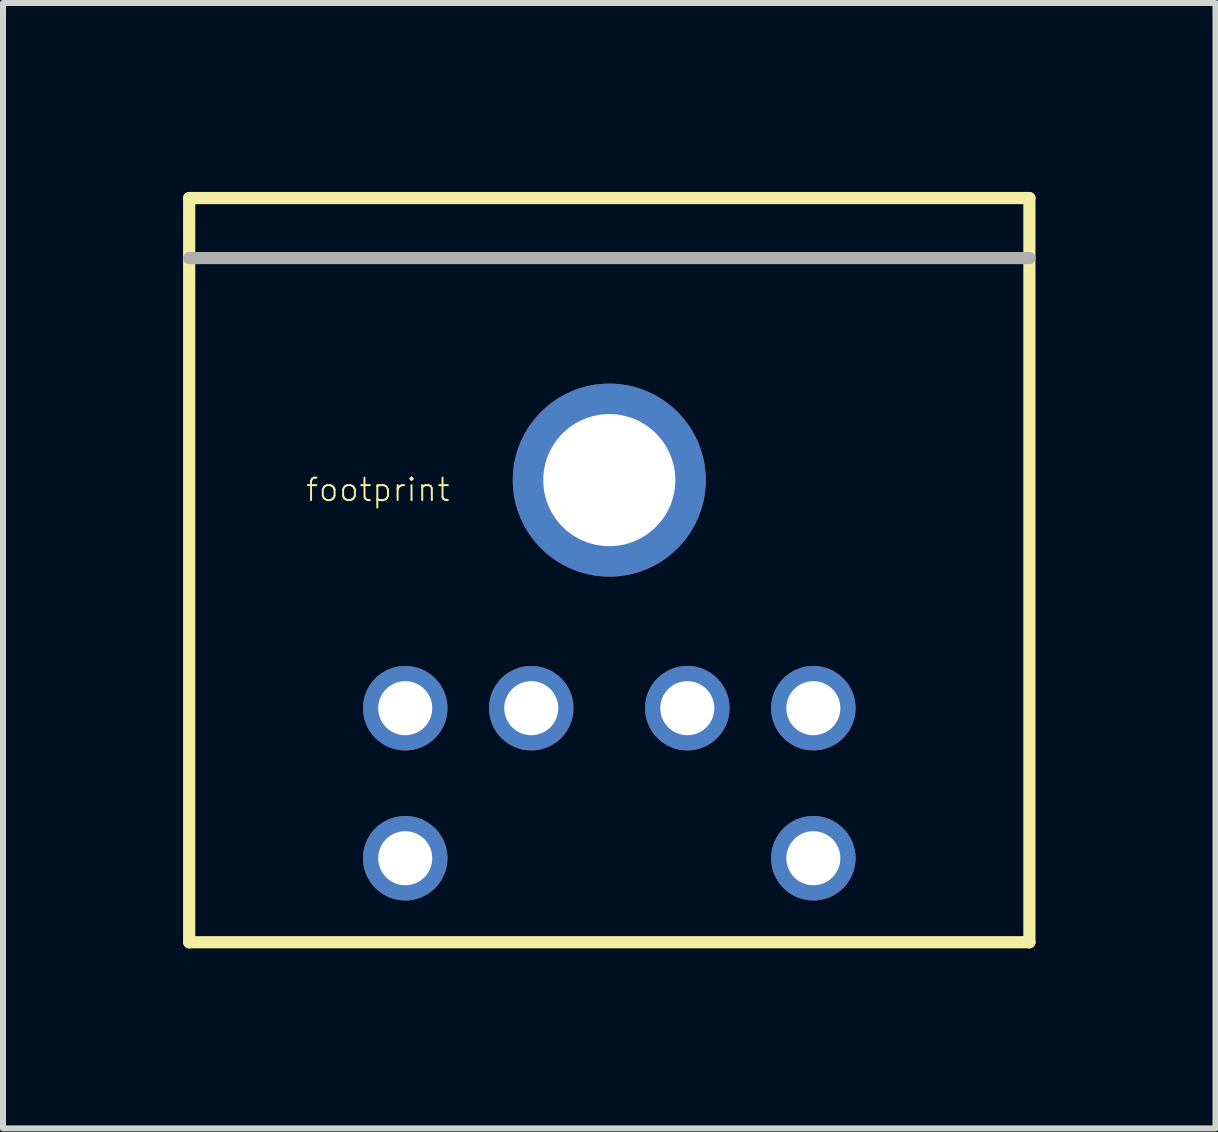
<source format=kicad_pcb>
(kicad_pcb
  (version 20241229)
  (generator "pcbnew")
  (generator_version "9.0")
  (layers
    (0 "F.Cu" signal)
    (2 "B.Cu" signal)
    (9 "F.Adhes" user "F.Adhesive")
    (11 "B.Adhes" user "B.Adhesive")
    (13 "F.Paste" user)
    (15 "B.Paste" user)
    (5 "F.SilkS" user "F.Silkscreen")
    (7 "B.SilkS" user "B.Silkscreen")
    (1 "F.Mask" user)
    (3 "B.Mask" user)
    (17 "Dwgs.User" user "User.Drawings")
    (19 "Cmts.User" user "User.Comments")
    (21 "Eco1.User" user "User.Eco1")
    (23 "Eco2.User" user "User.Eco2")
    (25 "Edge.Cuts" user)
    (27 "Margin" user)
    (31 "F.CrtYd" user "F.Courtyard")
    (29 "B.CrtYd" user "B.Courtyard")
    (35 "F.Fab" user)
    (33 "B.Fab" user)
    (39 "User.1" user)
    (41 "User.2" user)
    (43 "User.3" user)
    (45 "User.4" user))
  (footprint "footprint"
    (layer "F.Cu")
    (at 7.102 0.25)
    (property "Reference" "footprint" (at -5.08 5.08 0) (layer "F.SilkS") (effects (font (size 0.374 0.374) (thickness 0.033)) (justify left bottom)))
    (fp_line (start -7 0) (end -7 12.4) (stroke (width 0.203) (type solid)) (layer "F.SilkS"))
    (fp_line (start -7 0) (end 7 0) (stroke (width 0.203) (type solid)) (layer "F.SilkS"))
    (fp_line (start -7 12.4) (end 7 12.4) (stroke (width 0.203) (type solid)) (layer "F.SilkS"))
    (fp_line (start 7 0) (end 7 12.4) (stroke (width 0.203) (type solid)) (layer "F.SilkS"))
    (fp_line (start -7 1) (end 7 1) (stroke (width 0.203) (type solid)) (layer "F.Fab"))
    (pad "1" thru_hole circle (at -1.3 8.5) (size 1.408 1.408) (drill 0.9) (layers "*.Cu" "*.Mask"))
    (pad "2" thru_hole circle (at 1.3 8.5) (size 1.408 1.408) (drill 0.9) (layers "*.Cu" "*.Mask"))
    (pad "3" thru_hole circle (at -3.4 8.5) (size 1.408 1.408) (drill 0.9) (layers "*.Cu" "*.Mask"))
    (pad "4" thru_hole circle (at 3.4 8.5) (size 1.408 1.408) (drill 0.9) (layers "*.Cu" "*.Mask"))
    (pad "5" thru_hole circle (at -3.4 11) (size 1.408 1.408) (drill 0.9) (layers "*.Cu" "*.Mask"))
    (pad "6" thru_hole circle (at 3.4 11) (size 1.408 1.408) (drill 0.9) (layers "*.Cu" "*.Mask"))
    (pad "P$1" thru_hole circle (at 0 4.7) (size 3.216 3.216) (drill 2.2) (layers "*.Cu" "*.Mask")))
  (gr_rect
    (start -3 -3)
    (end 17.203 15.752)
    (stroke (width 0.1) (type default))
    (fill no)
    (layer "Edge.Cuts")))
</source>
